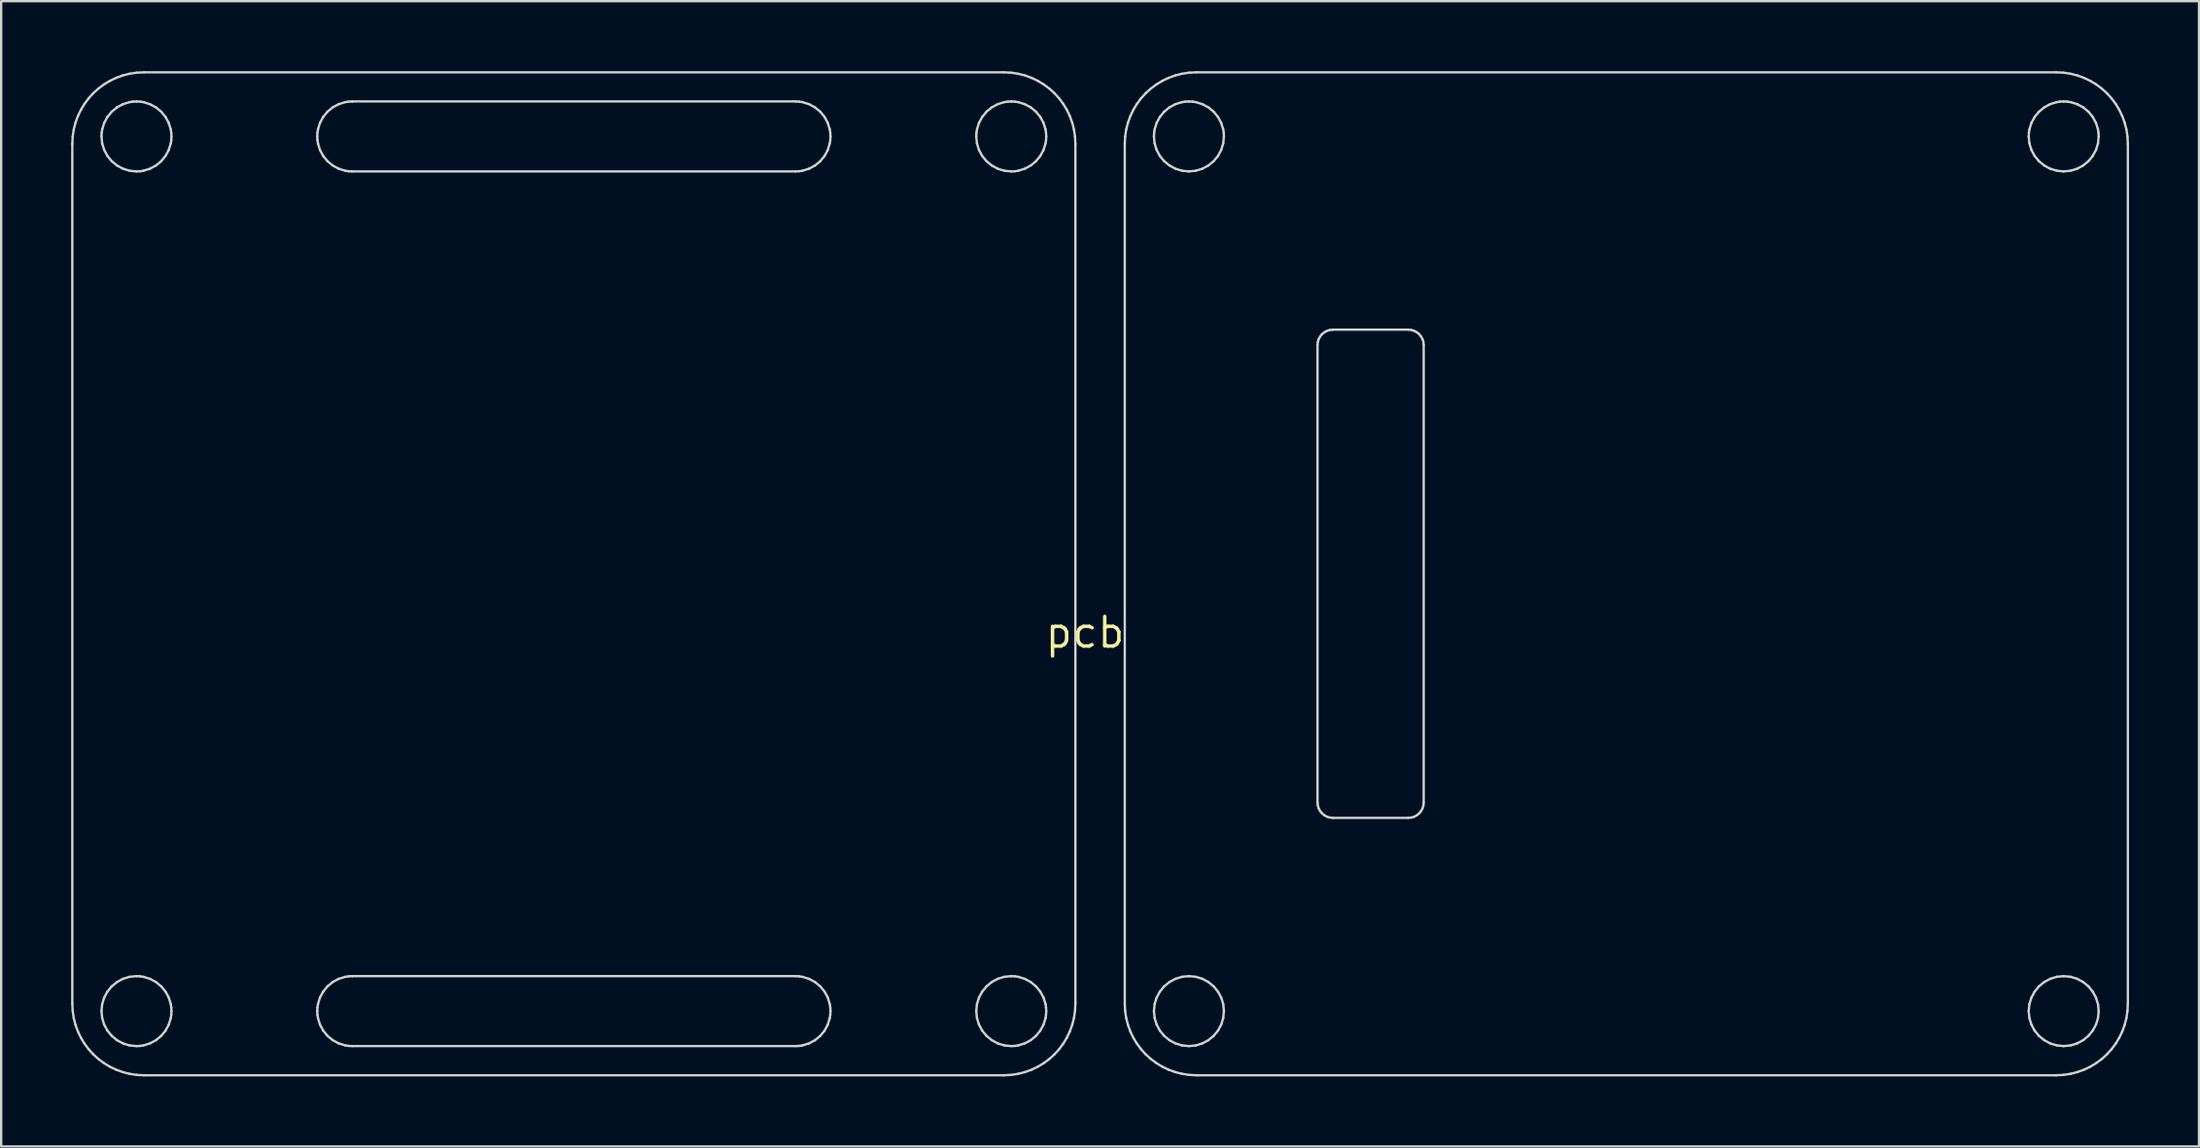
<source format=kicad_pcb>
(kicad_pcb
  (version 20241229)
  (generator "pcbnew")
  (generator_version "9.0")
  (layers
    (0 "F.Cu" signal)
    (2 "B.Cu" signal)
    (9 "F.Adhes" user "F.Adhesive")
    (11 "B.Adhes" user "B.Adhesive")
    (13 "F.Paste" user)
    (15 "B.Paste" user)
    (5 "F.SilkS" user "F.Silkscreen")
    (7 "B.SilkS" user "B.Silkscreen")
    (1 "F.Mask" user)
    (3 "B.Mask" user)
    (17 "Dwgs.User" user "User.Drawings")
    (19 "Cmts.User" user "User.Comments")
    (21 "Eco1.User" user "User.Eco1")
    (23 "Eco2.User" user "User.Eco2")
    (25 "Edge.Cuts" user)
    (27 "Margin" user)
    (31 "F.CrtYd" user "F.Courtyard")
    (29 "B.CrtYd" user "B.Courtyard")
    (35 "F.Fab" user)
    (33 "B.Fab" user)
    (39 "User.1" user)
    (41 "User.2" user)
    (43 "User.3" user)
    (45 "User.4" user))
  (footprint "pcb"
    (layer "F.Cu")
    (at 43.461 24.068)
    (property "Reference" "pcb" (at 0 0 0) (layer "F.SilkS") (effects (font (size 1.27 1.27) (thickness 0.15))))
    (attr through_hole)
    (fp_line (start -43.411 -20.947) (end -43.411 15.91) (stroke (width 0.1) (type solid)) (layer "Edge.Cuts"))
    (fp_line (start -43.411 15.91) (end -43.395 16.225) (stroke (width 0.1) (type solid)) (layer "Edge.Cuts"))
    (fp_line (start -43.395 -21.262) (end -43.411 -20.947) (stroke (width 0.1) (type solid)) (layer "Edge.Cuts"))
    (fp_line (start -43.395 16.225) (end -43.349 16.53) (stroke (width 0.1) (type solid)) (layer "Edge.Cuts"))
    (fp_line (start -43.349 -21.568) (end -43.395 -21.262) (stroke (width 0.1) (type solid)) (layer "Edge.Cuts"))
    (fp_line (start -43.349 16.53) (end -43.273 16.825) (stroke (width 0.1) (type solid)) (layer "Edge.Cuts"))
    (fp_line (start -43.273 -21.863) (end -43.349 -21.568) (stroke (width 0.1) (type solid)) (layer "Edge.Cuts"))
    (fp_line (start -43.273 16.825) (end -43.17 17.108) (stroke (width 0.1) (type solid)) (layer "Edge.Cuts"))
    (fp_line (start -43.17 -22.145) (end -43.273 -21.863) (stroke (width 0.1) (type solid)) (layer "Edge.Cuts"))
    (fp_line (start -43.17 17.108) (end -43.041 17.376) (stroke (width 0.1) (type solid)) (layer "Edge.Cuts"))
    (fp_line (start -43.041 -22.414) (end -43.17 -22.145) (stroke (width 0.1) (type solid)) (layer "Edge.Cuts"))
    (fp_line (start -43.041 17.376) (end -42.887 17.63) (stroke (width 0.1) (type solid)) (layer "Edge.Cuts"))
    (fp_line (start -42.887 -22.667) (end -43.041 -22.414) (stroke (width 0.1) (type solid)) (layer "Edge.Cuts"))
    (fp_line (start -42.887 17.63) (end -42.711 17.866) (stroke (width 0.1) (type solid)) (layer "Edge.Cuts"))
    (fp_line (start -42.711 -22.903) (end -42.887 -22.667) (stroke (width 0.1) (type solid)) (layer "Edge.Cuts"))
    (fp_line (start -42.711 17.866) (end -42.513 18.084) (stroke (width 0.1) (type solid)) (layer "Edge.Cuts"))
    (fp_line (start -42.513 -23.121) (end -42.711 -22.903) (stroke (width 0.1) (type solid)) (layer "Edge.Cuts"))
    (fp_line (start -42.513 18.084) (end -42.295 18.282) (stroke (width 0.1) (type solid)) (layer "Edge.Cuts"))
    (fp_line (start -42.295 -23.319) (end -42.513 -23.121) (stroke (width 0.1) (type solid)) (layer "Edge.Cuts"))
    (fp_line (start -42.295 18.282) (end -42.059 18.458) (stroke (width 0.1) (type solid)) (layer "Edge.Cuts"))
    (fp_line (start -42.161 -21.269) (end -42.153 -21.422) (stroke (width 0.1) (type solid)) (layer "Edge.Cuts"))
    (fp_line (start -42.161 16.231) (end -42.132 15.937) (stroke (width 0.1) (type solid)) (layer "Edge.Cuts"))
    (fp_line (start -42.153 -21.422) (end -42.13 -21.571) (stroke (width 0.1) (type solid)) (layer "Edge.Cuts"))
    (fp_line (start -42.132 -20.975) (end -42.161 -21.269) (stroke (width 0.1) (type solid)) (layer "Edge.Cuts"))
    (fp_line (start -42.132 15.937) (end -42.047 15.657) (stroke (width 0.1) (type solid)) (layer "Edge.Cuts"))
    (fp_line (start -42.132 16.525) (end -42.161 16.231) (stroke (width 0.1) (type solid)) (layer "Edge.Cuts"))
    (fp_line (start -42.13 -21.571) (end -42.043 -21.853) (stroke (width 0.1) (type solid)) (layer "Edge.Cuts"))
    (fp_line (start -42.059 -23.495) (end -42.295 -23.319) (stroke (width 0.1) (type solid)) (layer "Edge.Cuts"))
    (fp_line (start -42.059 18.458) (end -41.805 18.612) (stroke (width 0.1) (type solid)) (layer "Edge.Cuts"))
    (fp_line (start -42.047 16.805) (end -42.132 16.525) (stroke (width 0.1) (type solid)) (layer "Edge.Cuts"))
    (fp_line (start -42.047 -20.695) (end -42.132 -20.975) (stroke (width 0.1) (type solid)) (layer "Edge.Cuts"))
    (fp_line (start -42.047 15.657) (end -41.909 15.399) (stroke (width 0.1) (type solid)) (layer "Edge.Cuts"))
    (fp_line (start -42.043 -21.853) (end -41.904 -22.107) (stroke (width 0.1) (type solid)) (layer "Edge.Cuts"))
    (fp_line (start -41.909 15.399) (end -41.721 15.17) (stroke (width 0.1) (type solid)) (layer "Edge.Cuts"))
    (fp_line (start -41.909 17.064) (end -42.047 16.805) (stroke (width 0.1) (type solid)) (layer "Edge.Cuts"))
    (fp_line (start -41.909 -20.436) (end -42.047 -20.695) (stroke (width 0.1) (type solid)) (layer "Edge.Cuts"))
    (fp_line (start -41.904 -22.107) (end -41.721 -22.329) (stroke (width 0.1) (type solid)) (layer "Edge.Cuts"))
    (fp_line (start -41.805 -23.649) (end -42.059 -23.495) (stroke (width 0.1) (type solid)) (layer "Edge.Cuts"))
    (fp_line (start -41.805 18.612) (end -41.537 18.741) (stroke (width 0.1) (type solid)) (layer "Edge.Cuts"))
    (fp_line (start -41.721 17.292) (end -41.909 17.064) (stroke (width 0.1) (type solid)) (layer "Edge.Cuts"))
    (fp_line (start -41.721 -20.208) (end -41.909 -20.436) (stroke (width 0.1) (type solid)) (layer "Edge.Cuts"))
    (fp_line (start -41.721 15.17) (end -41.493 14.983) (stroke (width 0.1) (type solid)) (layer "Edge.Cuts"))
    (fp_line (start -41.721 -22.329) (end -41.499 -22.512) (stroke (width 0.1) (type solid)) (layer "Edge.Cuts"))
    (fp_line (start -41.537 -23.778) (end -41.805 -23.649) (stroke (width 0.1) (type solid)) (layer "Edge.Cuts"))
    (fp_line (start -41.537 18.741) (end -41.254 18.844) (stroke (width 0.1) (type solid)) (layer "Edge.Cuts"))
    (fp_line (start -41.499 -22.512) (end -41.244 -22.651) (stroke (width 0.1) (type solid)) (layer "Edge.Cuts"))
    (fp_line (start -41.493 17.479) (end -41.721 17.292) (stroke (width 0.1) (type solid)) (layer "Edge.Cuts"))
    (fp_line (start -41.493 -20.021) (end -41.721 -20.208) (stroke (width 0.1) (type solid)) (layer "Edge.Cuts"))
    (fp_line (start -41.493 14.983) (end -41.235 14.845) (stroke (width 0.1) (type solid)) (layer "Edge.Cuts"))
    (fp_line (start -41.254 -23.881) (end -41.537 -23.778) (stroke (width 0.1) (type solid)) (layer "Edge.Cuts"))
    (fp_line (start -41.254 18.844) (end -40.96 18.919) (stroke (width 0.1) (type solid)) (layer "Edge.Cuts"))
    (fp_line (start -41.244 -22.651) (end -40.963 -22.738) (stroke (width 0.1) (type solid)) (layer "Edge.Cuts"))
    (fp_line (start -41.235 -19.883) (end -41.493 -20.021) (stroke (width 0.1) (type solid)) (layer "Edge.Cuts"))
    (fp_line (start -41.235 14.845) (end -40.955 14.76) (stroke (width 0.1) (type solid)) (layer "Edge.Cuts"))
    (fp_line (start -41.235 17.617) (end -41.493 17.479) (stroke (width 0.1) (type solid)) (layer "Edge.Cuts"))
    (fp_line (start -40.963 -22.738) (end -40.814 -22.761) (stroke (width 0.1) (type solid)) (layer "Edge.Cuts"))
    (fp_line (start -40.96 -23.956) (end -41.254 -23.881) (stroke (width 0.1) (type solid)) (layer "Edge.Cuts"))
    (fp_line (start -40.96 18.919) (end -40.654 18.966) (stroke (width 0.1) (type solid)) (layer "Edge.Cuts"))
    (fp_line (start -40.955 -19.798) (end -41.235 -19.883) (stroke (width 0.1) (type solid)) (layer "Edge.Cuts"))
    (fp_line (start -40.955 14.76) (end -40.66 14.731) (stroke (width 0.1) (type solid)) (layer "Edge.Cuts"))
    (fp_line (start -40.955 17.702) (end -41.235 17.617) (stroke (width 0.1) (type solid)) (layer "Edge.Cuts"))
    (fp_line (start -40.814 -22.761) (end -40.66 -22.768) (stroke (width 0.1) (type solid)) (layer "Edge.Cuts"))
    (fp_line (start -40.66 -22.768) (end -40.66 -22.768) (stroke (width 0.1) (type solid)) (layer "Edge.Cuts"))
    (fp_line (start -40.66 -22.768) (end -40.507 -22.761) (stroke (width 0.1) (type solid)) (layer "Edge.Cuts"))
    (fp_line (start -40.66 -19.769) (end -40.955 -19.798) (stroke (width 0.1) (type solid)) (layer "Edge.Cuts"))
    (fp_line (start -40.66 14.731) (end -40.66 14.731) (stroke (width 0.1) (type solid)) (layer "Edge.Cuts"))
    (fp_line (start -40.66 14.731) (end -40.507 14.739) (stroke (width 0.1) (type solid)) (layer "Edge.Cuts"))
    (fp_line (start -40.66 17.731) (end -40.955 17.702) (stroke (width 0.1) (type solid)) (layer "Edge.Cuts"))
    (fp_line (start -40.654 -24.003) (end -40.96 -23.956) (stroke (width 0.1) (type solid)) (layer "Edge.Cuts"))
    (fp_line (start -40.654 18.966) (end -40.339 18.982) (stroke (width 0.1) (type solid)) (layer "Edge.Cuts"))
    (fp_line (start -40.507 -22.761) (end -40.358 -22.738) (stroke (width 0.1) (type solid)) (layer "Edge.Cuts"))
    (fp_line (start -40.507 -19.776) (end -40.66 -19.769) (stroke (width 0.1) (type solid)) (layer "Edge.Cuts"))
    (fp_line (start -40.507 14.739) (end -40.358 14.762) (stroke (width 0.1) (type solid)) (layer "Edge.Cuts"))
    (fp_line (start -40.507 17.724) (end -40.66 17.731) (stroke (width 0.1) (type solid)) (layer "Edge.Cuts"))
    (fp_line (start -40.358 -22.738) (end -40.077 -22.65) (stroke (width 0.1) (type solid)) (layer "Edge.Cuts"))
    (fp_line (start -40.358 -19.799) (end -40.507 -19.776) (stroke (width 0.1) (type solid)) (layer "Edge.Cuts"))
    (fp_line (start -40.358 14.762) (end -40.077 14.849) (stroke (width 0.1) (type solid)) (layer "Edge.Cuts"))
    (fp_line (start -40.358 17.701) (end -40.507 17.724) (stroke (width 0.1) (type solid)) (layer "Edge.Cuts"))
    (fp_line (start -40.339 -24.018) (end -40.654 -24.003) (stroke (width 0.1) (type solid)) (layer "Edge.Cuts"))
    (fp_line (start -40.339 18.982) (end -3.482 18.982) (stroke (width 0.1) (type solid)) (layer "Edge.Cuts"))
    (fp_line (start -40.077 -22.65) (end -39.822 -22.512) (stroke (width 0.1) (type solid)) (layer "Edge.Cuts"))
    (fp_line (start -40.077 -19.887) (end -40.358 -19.799) (stroke (width 0.1) (type solid)) (layer "Edge.Cuts"))
    (fp_line (start -40.077 14.849) (end -39.822 14.987) (stroke (width 0.1) (type solid)) (layer "Edge.Cuts"))
    (fp_line (start -40.077 17.613) (end -40.358 17.701) (stroke (width 0.1) (type solid)) (layer "Edge.Cuts"))
    (fp_line (start -39.822 -22.512) (end -39.6 -22.329) (stroke (width 0.1) (type solid)) (layer "Edge.Cuts"))
    (fp_line (start -39.822 -20.025) (end -40.077 -19.887) (stroke (width 0.1) (type solid)) (layer "Edge.Cuts"))
    (fp_line (start -39.822 14.987) (end -39.6 15.171) (stroke (width 0.1) (type solid)) (layer "Edge.Cuts"))
    (fp_line (start -39.822 17.475) (end -40.077 17.613) (stroke (width 0.1) (type solid)) (layer "Edge.Cuts"))
    (fp_line (start -39.6 -22.329) (end -39.417 -22.107) (stroke (width 0.1) (type solid)) (layer "Edge.Cuts"))
    (fp_line (start -39.6 -20.208) (end -39.822 -20.025) (stroke (width 0.1) (type solid)) (layer "Edge.Cuts"))
    (fp_line (start -39.6 15.171) (end -39.417 15.393) (stroke (width 0.1) (type solid)) (layer "Edge.Cuts"))
    (fp_line (start -39.6 17.292) (end -39.822 17.475) (stroke (width 0.1) (type solid)) (layer "Edge.Cuts"))
    (fp_line (start -39.417 -22.107) (end -39.279 -21.852) (stroke (width 0.1) (type solid)) (layer "Edge.Cuts"))
    (fp_line (start -39.417 -20.43) (end -39.6 -20.208) (stroke (width 0.1) (type solid)) (layer "Edge.Cuts"))
    (fp_line (start -39.417 15.393) (end -39.279 15.647) (stroke (width 0.1) (type solid)) (layer "Edge.Cuts"))
    (fp_line (start -39.417 17.07) (end -39.6 17.292) (stroke (width 0.1) (type solid)) (layer "Edge.Cuts"))
    (fp_line (start -39.279 -21.852) (end -39.191 -21.571) (stroke (width 0.1) (type solid)) (layer "Edge.Cuts"))
    (fp_line (start -39.279 -20.685) (end -39.417 -20.43) (stroke (width 0.1) (type solid)) (layer "Edge.Cuts"))
    (fp_line (start -39.279 15.647) (end -39.191 15.929) (stroke (width 0.1) (type solid)) (layer "Edge.Cuts"))
    (fp_line (start -39.279 16.815) (end -39.417 17.07) (stroke (width 0.1) (type solid)) (layer "Edge.Cuts"))
    (fp_line (start -39.191 -21.571) (end -39.169 -21.422) (stroke (width 0.1) (type solid)) (layer "Edge.Cuts"))
    (fp_line (start -39.191 -20.966) (end -39.279 -20.685) (stroke (width 0.1) (type solid)) (layer "Edge.Cuts"))
    (fp_line (start -39.191 15.929) (end -39.169 16.078) (stroke (width 0.1) (type solid)) (layer "Edge.Cuts"))
    (fp_line (start -39.191 16.534) (end -39.279 16.815) (stroke (width 0.1) (type solid)) (layer "Edge.Cuts"))
    (fp_line (start -39.169 -21.422) (end -39.161 -21.269) (stroke (width 0.1) (type solid)) (layer "Edge.Cuts"))
    (fp_line (start -39.169 -21.115) (end -39.191 -20.966) (stroke (width 0.1) (type solid)) (layer "Edge.Cuts"))
    (fp_line (start -39.169 16.078) (end -39.161 16.231) (stroke (width 0.1) (type solid)) (layer "Edge.Cuts"))
    (fp_line (start -39.169 16.385) (end -39.191 16.534) (stroke (width 0.1) (type solid)) (layer "Edge.Cuts"))
    (fp_line (start -39.161 -21.269) (end -39.169 -21.115) (stroke (width 0.1) (type solid)) (layer "Edge.Cuts"))
    (fp_line (start -39.161 16.231) (end -39.169 16.385) (stroke (width 0.1) (type solid)) (layer "Edge.Cuts"))
    (fp_line (start -32.911 -21.269) (end -32.903 -21.423) (stroke (width 0.1) (type solid)) (layer "Edge.Cuts"))
    (fp_line (start -32.911 16.231) (end -32.903 16.078) (stroke (width 0.1) (type solid)) (layer "Edge.Cuts"))
    (fp_line (start -32.903 -21.423) (end -32.88 -21.572) (stroke (width 0.1) (type solid)) (layer "Edge.Cuts"))
    (fp_line (start -32.903 -21.115) (end -32.911 -21.269) (stroke (width 0.1) (type solid)) (layer "Edge.Cuts"))
    (fp_line (start -32.903 16.078) (end -32.88 15.928) (stroke (width 0.1) (type solid)) (layer "Edge.Cuts"))
    (fp_line (start -32.903 16.385) (end -32.911 16.231) (stroke (width 0.1) (type solid)) (layer "Edge.Cuts"))
    (fp_line (start -32.88 -21.572) (end -32.793 -21.854) (stroke (width 0.1) (type solid)) (layer "Edge.Cuts"))
    (fp_line (start -32.88 -20.966) (end -32.903 -21.115) (stroke (width 0.1) (type solid)) (layer "Edge.Cuts"))
    (fp_line (start -32.88 15.928) (end -32.793 15.646) (stroke (width 0.1) (type solid)) (layer "Edge.Cuts"))
    (fp_line (start -32.88 16.534) (end -32.903 16.385) (stroke (width 0.1) (type solid)) (layer "Edge.Cuts"))
    (fp_line (start -32.793 -21.854) (end -32.655 -22.109) (stroke (width 0.1) (type solid)) (layer "Edge.Cuts"))
    (fp_line (start -32.793 -20.684) (end -32.88 -20.966) (stroke (width 0.1) (type solid)) (layer "Edge.Cuts"))
    (fp_line (start -32.793 15.646) (end -32.655 15.391) (stroke (width 0.1) (type solid)) (layer "Edge.Cuts"))
    (fp_line (start -32.793 16.816) (end -32.88 16.534) (stroke (width 0.1) (type solid)) (layer "Edge.Cuts"))
    (fp_line (start -32.655 -22.109) (end -32.472 -22.33) (stroke (width 0.1) (type solid)) (layer "Edge.Cuts"))
    (fp_line (start -32.655 -20.429) (end -32.793 -20.684) (stroke (width 0.1) (type solid)) (layer "Edge.Cuts"))
    (fp_line (start -32.655 15.391) (end -32.472 15.17) (stroke (width 0.1) (type solid)) (layer "Edge.Cuts"))
    (fp_line (start -32.655 17.071) (end -32.793 16.816) (stroke (width 0.1) (type solid)) (layer "Edge.Cuts"))
    (fp_line (start -32.472 -22.33) (end -32.25 -22.513) (stroke (width 0.1) (type solid)) (layer "Edge.Cuts"))
    (fp_line (start -32.472 -20.207) (end -32.655 -20.429) (stroke (width 0.1) (type solid)) (layer "Edge.Cuts"))
    (fp_line (start -32.472 15.17) (end -32.25 14.987) (stroke (width 0.1) (type solid)) (layer "Edge.Cuts"))
    (fp_line (start -32.472 17.293) (end -32.655 17.071) (stroke (width 0.1) (type solid)) (layer "Edge.Cuts"))
    (fp_line (start -32.25 -22.513) (end -31.995 -22.651) (stroke (width 0.1) (type solid)) (layer "Edge.Cuts"))
    (fp_line (start -32.25 -20.024) (end -32.472 -20.207) (stroke (width 0.1) (type solid)) (layer "Edge.Cuts"))
    (fp_line (start -32.25 14.987) (end -31.995 14.849) (stroke (width 0.1) (type solid)) (layer "Edge.Cuts"))
    (fp_line (start -32.25 17.476) (end -32.472 17.293) (stroke (width 0.1) (type solid)) (layer "Edge.Cuts"))
    (fp_line (start -31.995 -22.651) (end -31.713 -22.739) (stroke (width 0.1) (type solid)) (layer "Edge.Cuts"))
    (fp_line (start -31.995 -19.886) (end -32.25 -20.024) (stroke (width 0.1) (type solid)) (layer "Edge.Cuts"))
    (fp_line (start -31.995 14.849) (end -31.713 14.762) (stroke (width 0.1) (type solid)) (layer "Edge.Cuts"))
    (fp_line (start -31.995 17.614) (end -32.25 17.476) (stroke (width 0.1) (type solid)) (layer "Edge.Cuts"))
    (fp_line (start -31.713 -22.739) (end -31.564 -22.761) (stroke (width 0.1) (type solid)) (layer "Edge.Cuts"))
    (fp_line (start -31.713 -19.799) (end -31.995 -19.886) (stroke (width 0.1) (type solid)) (layer "Edge.Cuts"))
    (fp_line (start -31.713 14.762) (end -31.564 14.739) (stroke (width 0.1) (type solid)) (layer "Edge.Cuts"))
    (fp_line (start -31.713 17.701) (end -31.995 17.614) (stroke (width 0.1) (type solid)) (layer "Edge.Cuts"))
    (fp_line (start -31.564 -22.761) (end -31.41 -22.769) (stroke (width 0.1) (type solid)) (layer "Edge.Cuts"))
    (fp_line (start -31.564 -19.776) (end -31.713 -19.799) (stroke (width 0.1) (type solid)) (layer "Edge.Cuts"))
    (fp_line (start -31.564 14.739) (end -31.41 14.731) (stroke (width 0.1) (type solid)) (layer "Edge.Cuts"))
    (fp_line (start -31.564 17.724) (end -31.713 17.701) (stroke (width 0.1) (type solid)) (layer "Edge.Cuts"))
    (fp_line (start -31.41 -22.769) (end -31.41 -22.769) (stroke (width 0.1) (type solid)) (layer "Edge.Cuts"))
    (fp_line (start -31.41 -22.769) (end -12.411 -22.769) (stroke (width 0.1) (type solid)) (layer "Edge.Cuts"))
    (fp_line (start -31.41 -19.769) (end -31.564 -19.776) (stroke (width 0.1) (type solid)) (layer "Edge.Cuts"))
    (fp_line (start -31.41 14.731) (end -31.41 14.731) (stroke (width 0.1) (type solid)) (layer "Edge.Cuts"))
    (fp_line (start -31.41 14.731) (end -12.411 14.731) (stroke (width 0.1) (type solid)) (layer "Edge.Cuts"))
    (fp_line (start -31.41 17.731) (end -31.564 17.724) (stroke (width 0.1) (type solid)) (layer "Edge.Cuts"))
    (fp_line (start -12.411 -22.769) (end -12.257 -22.761) (stroke (width 0.1) (type solid)) (layer "Edge.Cuts"))
    (fp_line (start -12.411 -19.769) (end -31.41 -19.769) (stroke (width 0.1) (type solid)) (layer "Edge.Cuts"))
    (fp_line (start -12.411 14.731) (end -12.257 14.739) (stroke (width 0.1) (type solid)) (layer "Edge.Cuts"))
    (fp_line (start -12.411 17.731) (end -31.41 17.731) (stroke (width 0.1) (type solid)) (layer "Edge.Cuts"))
    (fp_line (start -12.257 -19.776) (end -12.411 -19.769) (stroke (width 0.1) (type solid)) (layer "Edge.Cuts"))
    (fp_line (start -12.257 17.724) (end -12.411 17.731) (stroke (width 0.1) (type solid)) (layer "Edge.Cuts"))
    (fp_line (start -12.257 -22.761) (end -12.107 -22.739) (stroke (width 0.1) (type solid)) (layer "Edge.Cuts"))
    (fp_line (start -12.257 14.739) (end -12.107 14.762) (stroke (width 0.1) (type solid)) (layer "Edge.Cuts"))
    (fp_line (start -12.107 -19.799) (end -12.257 -19.776) (stroke (width 0.1) (type solid)) (layer "Edge.Cuts"))
    (fp_line (start -12.107 17.701) (end -12.257 17.724) (stroke (width 0.1) (type solid)) (layer "Edge.Cuts"))
    (fp_line (start -12.107 -22.739) (end -11.826 -22.651) (stroke (width 0.1) (type solid)) (layer "Edge.Cuts"))
    (fp_line (start -12.107 14.762) (end -11.826 14.849) (stroke (width 0.1) (type solid)) (layer "Edge.Cuts"))
    (fp_line (start -11.826 -19.886) (end -12.107 -19.799) (stroke (width 0.1) (type solid)) (layer "Edge.Cuts"))
    (fp_line (start -11.826 17.614) (end -12.107 17.701) (stroke (width 0.1) (type solid)) (layer "Edge.Cuts"))
    (fp_line (start -11.826 -22.651) (end -11.571 -22.513) (stroke (width 0.1) (type solid)) (layer "Edge.Cuts"))
    (fp_line (start -11.826 14.849) (end -11.571 14.987) (stroke (width 0.1) (type solid)) (layer "Edge.Cuts"))
    (fp_line (start -11.571 -20.024) (end -11.826 -19.886) (stroke (width 0.1) (type solid)) (layer "Edge.Cuts"))
    (fp_line (start -11.571 17.476) (end -11.826 17.614) (stroke (width 0.1) (type solid)) (layer "Edge.Cuts"))
    (fp_line (start -11.571 -22.513) (end -11.349 -22.33) (stroke (width 0.1) (type solid)) (layer "Edge.Cuts"))
    (fp_line (start -11.571 14.987) (end -11.349 15.17) (stroke (width 0.1) (type solid)) (layer "Edge.Cuts"))
    (fp_line (start -11.349 -20.207) (end -11.571 -20.024) (stroke (width 0.1) (type solid)) (layer "Edge.Cuts"))
    (fp_line (start -11.349 17.293) (end -11.571 17.476) (stroke (width 0.1) (type solid)) (layer "Edge.Cuts"))
    (fp_line (start -11.349 -22.33) (end -11.166 -22.109) (stroke (width 0.1) (type solid)) (layer "Edge.Cuts"))
    (fp_line (start -11.349 15.17) (end -11.166 15.391) (stroke (width 0.1) (type solid)) (layer "Edge.Cuts"))
    (fp_line (start -11.166 -20.429) (end -11.349 -20.207) (stroke (width 0.1) (type solid)) (layer "Edge.Cuts"))
    (fp_line (start -11.166 17.071) (end -11.349 17.293) (stroke (width 0.1) (type solid)) (layer "Edge.Cuts"))
    (fp_line (start -11.166 -22.109) (end -11.028 -21.854) (stroke (width 0.1) (type solid)) (layer "Edge.Cuts"))
    (fp_line (start -11.166 15.391) (end -11.028 15.646) (stroke (width 0.1) (type solid)) (layer "Edge.Cuts"))
    (fp_line (start -11.028 -20.684) (end -11.166 -20.429) (stroke (width 0.1) (type solid)) (layer "Edge.Cuts"))
    (fp_line (start -11.028 16.816) (end -11.166 17.071) (stroke (width 0.1) (type solid)) (layer "Edge.Cuts"))
    (fp_line (start -11.028 -21.854) (end -10.941 -21.572) (stroke (width 0.1) (type solid)) (layer "Edge.Cuts"))
    (fp_line (start -11.028 15.646) (end -10.941 15.928) (stroke (width 0.1) (type solid)) (layer "Edge.Cuts"))
    (fp_line (start -10.941 -21.572) (end -10.918 -21.423) (stroke (width 0.1) (type solid)) (layer "Edge.Cuts"))
    (fp_line (start -10.941 -20.966) (end -11.028 -20.684) (stroke (width 0.1) (type solid)) (layer "Edge.Cuts"))
    (fp_line (start -10.941 15.928) (end -10.918 16.078) (stroke (width 0.1) (type solid)) (layer "Edge.Cuts"))
    (fp_line (start -10.941 16.534) (end -11.028 16.816) (stroke (width 0.1) (type solid)) (layer "Edge.Cuts"))
    (fp_line (start -10.918 -21.423) (end -10.91 -21.269) (stroke (width 0.1) (type solid)) (layer "Edge.Cuts"))
    (fp_line (start -10.918 -21.115) (end -10.941 -20.966) (stroke (width 0.1) (type solid)) (layer "Edge.Cuts"))
    (fp_line (start -10.918 16.078) (end -10.91 16.231) (stroke (width 0.1) (type solid)) (layer "Edge.Cuts"))
    (fp_line (start -10.918 16.385) (end -10.941 16.534) (stroke (width 0.1) (type solid)) (layer "Edge.Cuts"))
    (fp_line (start -10.91 -21.269) (end -10.918 -21.115) (stroke (width 0.1) (type solid)) (layer "Edge.Cuts"))
    (fp_line (start -10.91 16.231) (end -10.918 16.385) (stroke (width 0.1) (type solid)) (layer "Edge.Cuts"))
    (fp_line (start -4.661 -21.269) (end -4.653 -21.422) (stroke (width 0.1) (type solid)) (layer "Edge.Cuts"))
    (fp_line (start -4.661 16.231) (end -4.632 15.937) (stroke (width 0.1) (type solid)) (layer "Edge.Cuts"))
    (fp_line (start -4.653 -21.422) (end -4.63 -21.571) (stroke (width 0.1) (type solid)) (layer "Edge.Cuts"))
    (fp_line (start -4.632 -20.975) (end -4.661 -21.269) (stroke (width 0.1) (type solid)) (layer "Edge.Cuts"))
    (fp_line (start -4.632 15.937) (end -4.546 15.657) (stroke (width 0.1) (type solid)) (layer "Edge.Cuts"))
    (fp_line (start -4.632 16.525) (end -4.661 16.231) (stroke (width 0.1) (type solid)) (layer "Edge.Cuts"))
    (fp_line (start -4.63 -21.571) (end -4.543 -21.853) (stroke (width 0.1) (type solid)) (layer "Edge.Cuts"))
    (fp_line (start -4.546 15.657) (end -4.409 15.399) (stroke (width 0.1) (type solid)) (layer "Edge.Cuts"))
    (fp_line (start -4.546 16.805) (end -4.632 16.525) (stroke (width 0.1) (type solid)) (layer "Edge.Cuts"))
    (fp_line (start -4.546 -20.695) (end -4.632 -20.975) (stroke (width 0.1) (type solid)) (layer "Edge.Cuts"))
    (fp_line (start -4.543 -21.853) (end -4.404 -22.107) (stroke (width 0.1) (type solid)) (layer "Edge.Cuts"))
    (fp_line (start -4.409 15.399) (end -4.221 15.17) (stroke (width 0.1) (type solid)) (layer "Edge.Cuts"))
    (fp_line (start -4.409 17.064) (end -4.546 16.805) (stroke (width 0.1) (type solid)) (layer "Edge.Cuts"))
    (fp_line (start -4.409 -20.436) (end -4.546 -20.695) (stroke (width 0.1) (type solid)) (layer "Edge.Cuts"))
    (fp_line (start -4.404 -22.107) (end -4.221 -22.329) (stroke (width 0.1) (type solid)) (layer "Edge.Cuts"))
    (fp_line (start -4.221 17.292) (end -4.409 17.064) (stroke (width 0.1) (type solid)) (layer "Edge.Cuts"))
    (fp_line (start -4.221 -20.208) (end -4.409 -20.436) (stroke (width 0.1) (type solid)) (layer "Edge.Cuts"))
    (fp_line (start -4.221 15.17) (end -3.993 14.983) (stroke (width 0.1) (type solid)) (layer "Edge.Cuts"))
    (fp_line (start -4.221 -22.329) (end -3.999 -22.512) (stroke (width 0.1) (type solid)) (layer "Edge.Cuts"))
    (fp_line (start -3.999 -22.512) (end -3.744 -22.651) (stroke (width 0.1) (type solid)) (layer "Edge.Cuts"))
    (fp_line (start -3.993 17.479) (end -4.221 17.292) (stroke (width 0.1) (type solid)) (layer "Edge.Cuts"))
    (fp_line (start -3.993 -20.021) (end -4.221 -20.208) (stroke (width 0.1) (type solid)) (layer "Edge.Cuts"))
    (fp_line (start -3.993 14.983) (end -3.735 14.845) (stroke (width 0.1) (type solid)) (layer "Edge.Cuts"))
    (fp_line (start -3.744 -22.651) (end -3.463 -22.738) (stroke (width 0.1) (type solid)) (layer "Edge.Cuts"))
    (fp_line (start -3.735 17.617) (end -3.993 17.479) (stroke (width 0.1) (type solid)) (layer "Edge.Cuts"))
    (fp_line (start -3.735 -19.883) (end -3.993 -20.021) (stroke (width 0.1) (type solid)) (layer "Edge.Cuts"))
    (fp_line (start -3.735 14.845) (end -3.455 14.76) (stroke (width 0.1) (type solid)) (layer "Edge.Cuts"))
    (fp_line (start -3.482 -24.018) (end -40.339 -24.018) (stroke (width 0.1) (type solid)) (layer "Edge.Cuts"))
    (fp_line (start -3.482 18.982) (end -3.167 18.966) (stroke (width 0.1) (type solid)) (layer "Edge.Cuts"))
    (fp_line (start -3.463 -22.738) (end -3.314 -22.761) (stroke (width 0.1) (type solid)) (layer "Edge.Cuts"))
    (fp_line (start -3.455 17.702) (end -3.735 17.617) (stroke (width 0.1) (type solid)) (layer "Edge.Cuts"))
    (fp_line (start -3.455 -19.798) (end -3.735 -19.883) (stroke (width 0.1) (type solid)) (layer "Edge.Cuts"))
    (fp_line (start -3.455 14.76) (end -3.16 14.731) (stroke (width 0.1) (type solid)) (layer "Edge.Cuts"))
    (fp_line (start -3.314 -22.761) (end -3.16 -22.768) (stroke (width 0.1) (type solid)) (layer "Edge.Cuts"))
    (fp_line (start -3.167 -24.003) (end -3.482 -24.018) (stroke (width 0.1) (type solid)) (layer "Edge.Cuts"))
    (fp_line (start -3.167 18.966) (end -2.861 18.919) (stroke (width 0.1) (type solid)) (layer "Edge.Cuts"))
    (fp_line (start -3.16 -22.768) (end -3.16 -22.768) (stroke (width 0.1) (type solid)) (layer "Edge.Cuts"))
    (fp_line (start -3.16 -22.768) (end -3.007 -22.761) (stroke (width 0.1) (type solid)) (layer "Edge.Cuts"))
    (fp_line (start -3.16 -19.769) (end -3.455 -19.798) (stroke (width 0.1) (type solid)) (layer "Edge.Cuts"))
    (fp_line (start -3.16 14.731) (end -3.16 14.731) (stroke (width 0.1) (type solid)) (layer "Edge.Cuts"))
    (fp_line (start -3.16 14.731) (end -3.007 14.739) (stroke (width 0.1) (type solid)) (layer "Edge.Cuts"))
    (fp_line (start -3.16 17.731) (end -3.455 17.702) (stroke (width 0.1) (type solid)) (layer "Edge.Cuts"))
    (fp_line (start -3.007 -22.761) (end -2.858 -22.738) (stroke (width 0.1) (type solid)) (layer "Edge.Cuts"))
    (fp_line (start -3.007 -19.776) (end -3.16 -19.769) (stroke (width 0.1) (type solid)) (layer "Edge.Cuts"))
    (fp_line (start -3.007 14.739) (end -2.858 14.762) (stroke (width 0.1) (type solid)) (layer "Edge.Cuts"))
    (fp_line (start -3.007 17.724) (end -3.16 17.731) (stroke (width 0.1) (type solid)) (layer "Edge.Cuts"))
    (fp_line (start -2.861 -23.956) (end -3.167 -24.003) (stroke (width 0.1) (type solid)) (layer "Edge.Cuts"))
    (fp_line (start -2.861 18.919) (end -2.567 18.844) (stroke (width 0.1) (type solid)) (layer "Edge.Cuts"))
    (fp_line (start -2.858 -22.738) (end -2.577 -22.65) (stroke (width 0.1) (type solid)) (layer "Edge.Cuts"))
    (fp_line (start -2.858 -19.799) (end -3.007 -19.776) (stroke (width 0.1) (type solid)) (layer "Edge.Cuts"))
    (fp_line (start -2.858 14.762) (end -2.577 14.849) (stroke (width 0.1) (type solid)) (layer "Edge.Cuts"))
    (fp_line (start -2.858 17.701) (end -3.007 17.724) (stroke (width 0.1) (type solid)) (layer "Edge.Cuts"))
    (fp_line (start -2.577 -22.65) (end -2.322 -22.512) (stroke (width 0.1) (type solid)) (layer "Edge.Cuts"))
    (fp_line (start -2.577 -19.887) (end -2.858 -19.799) (stroke (width 0.1) (type solid)) (layer "Edge.Cuts"))
    (fp_line (start -2.577 14.849) (end -2.322 14.987) (stroke (width 0.1) (type solid)) (layer "Edge.Cuts"))
    (fp_line (start -2.577 17.613) (end -2.858 17.701) (stroke (width 0.1) (type solid)) (layer "Edge.Cuts"))
    (fp_line (start -2.567 -23.881) (end -2.861 -23.956) (stroke (width 0.1) (type solid)) (layer "Edge.Cuts"))
    (fp_line (start -2.567 18.844) (end -2.284 18.741) (stroke (width 0.1) (type solid)) (layer "Edge.Cuts"))
    (fp_line (start -2.322 -22.512) (end -2.1 -22.329) (stroke (width 0.1) (type solid)) (layer "Edge.Cuts"))
    (fp_line (start -2.322 -20.025) (end -2.577 -19.887) (stroke (width 0.1) (type solid)) (layer "Edge.Cuts"))
    (fp_line (start -2.322 14.987) (end -2.1 15.171) (stroke (width 0.1) (type solid)) (layer "Edge.Cuts"))
    (fp_line (start -2.322 17.475) (end -2.577 17.613) (stroke (width 0.1) (type solid)) (layer "Edge.Cuts"))
    (fp_line (start -2.284 -23.778) (end -2.567 -23.881) (stroke (width 0.1) (type solid)) (layer "Edge.Cuts"))
    (fp_line (start -2.284 18.741) (end -2.016 18.612) (stroke (width 0.1) (type solid)) (layer "Edge.Cuts"))
    (fp_line (start -2.1 -22.329) (end -1.917 -22.107) (stroke (width 0.1) (type solid)) (layer "Edge.Cuts"))
    (fp_line (start -2.1 -20.208) (end -2.322 -20.025) (stroke (width 0.1) (type solid)) (layer "Edge.Cuts"))
    (fp_line (start -2.1 15.171) (end -1.917 15.393) (stroke (width 0.1) (type solid)) (layer "Edge.Cuts"))
    (fp_line (start -2.1 17.292) (end -2.322 17.475) (stroke (width 0.1) (type solid)) (layer "Edge.Cuts"))
    (fp_line (start -2.016 -23.649) (end -2.284 -23.778) (stroke (width 0.1) (type solid)) (layer "Edge.Cuts"))
    (fp_line (start -2.016 18.612) (end -1.762 18.458) (stroke (width 0.1) (type solid)) (layer "Edge.Cuts"))
    (fp_line (start -1.917 -22.107) (end -1.779 -21.852) (stroke (width 0.1) (type solid)) (layer "Edge.Cuts"))
    (fp_line (start -1.917 -20.43) (end -2.1 -20.208) (stroke (width 0.1) (type solid)) (layer "Edge.Cuts"))
    (fp_line (start -1.917 15.393) (end -1.779 15.647) (stroke (width 0.1) (type solid)) (layer "Edge.Cuts"))
    (fp_line (start -1.917 17.07) (end -2.1 17.292) (stroke (width 0.1) (type solid)) (layer "Edge.Cuts"))
    (fp_line (start -1.779 -21.852) (end -1.691 -21.571) (stroke (width 0.1) (type solid)) (layer "Edge.Cuts"))
    (fp_line (start -1.779 -20.685) (end -1.917 -20.43) (stroke (width 0.1) (type solid)) (layer "Edge.Cuts"))
    (fp_line (start -1.779 15.647) (end -1.691 15.929) (stroke (width 0.1) (type solid)) (layer "Edge.Cuts"))
    (fp_line (start -1.779 16.815) (end -1.917 17.07) (stroke (width 0.1) (type solid)) (layer "Edge.Cuts"))
    (fp_line (start -1.762 -23.495) (end -2.016 -23.649) (stroke (width 0.1) (type solid)) (layer "Edge.Cuts"))
    (fp_line (start -1.762 18.458) (end -1.526 18.282) (stroke (width 0.1) (type solid)) (layer "Edge.Cuts"))
    (fp_line (start -1.691 -21.571) (end -1.669 -21.422) (stroke (width 0.1) (type solid)) (layer "Edge.Cuts"))
    (fp_line (start -1.691 -20.966) (end -1.779 -20.685) (stroke (width 0.1) (type solid)) (layer "Edge.Cuts"))
    (fp_line (start -1.691 15.929) (end -1.669 16.078) (stroke (width 0.1) (type solid)) (layer "Edge.Cuts"))
    (fp_line (start -1.691 16.534) (end -1.779 16.815) (stroke (width 0.1) (type solid)) (layer "Edge.Cuts"))
    (fp_line (start -1.669 -21.422) (end -1.661 -21.269) (stroke (width 0.1) (type solid)) (layer "Edge.Cuts"))
    (fp_line (start -1.669 -21.115) (end -1.691 -20.966) (stroke (width 0.1) (type solid)) (layer "Edge.Cuts"))
    (fp_line (start -1.669 16.078) (end -1.661 16.231) (stroke (width 0.1) (type solid)) (layer "Edge.Cuts"))
    (fp_line (start -1.669 16.385) (end -1.691 16.534) (stroke (width 0.1) (type solid)) (layer "Edge.Cuts"))
    (fp_line (start -1.661 -21.269) (end -1.669 -21.115) (stroke (width 0.1) (type solid)) (layer "Edge.Cuts"))
    (fp_line (start -1.661 16.231) (end -1.669 16.385) (stroke (width 0.1) (type solid)) (layer "Edge.Cuts"))
    (fp_line (start -1.526 -23.319) (end -1.762 -23.495) (stroke (width 0.1) (type solid)) (layer "Edge.Cuts"))
    (fp_line (start -1.526 18.282) (end -1.308 18.084) (stroke (width 0.1) (type solid)) (layer "Edge.Cuts"))
    (fp_line (start -1.308 -23.121) (end -1.526 -23.319) (stroke (width 0.1) (type solid)) (layer "Edge.Cuts"))
    (fp_line (start -1.308 18.084) (end -1.11 17.866) (stroke (width 0.1) (type solid)) (layer "Edge.Cuts"))
    (fp_line (start -1.11 -22.903) (end -1.308 -23.121) (stroke (width 0.1) (type solid)) (layer "Edge.Cuts"))
    (fp_line (start -1.11 17.866) (end -0.934 17.63) (stroke (width 0.1) (type solid)) (layer "Edge.Cuts"))
    (fp_line (start -0.934 -22.667) (end -1.11 -22.903) (stroke (width 0.1) (type solid)) (layer "Edge.Cuts"))
    (fp_line (start -0.934 17.63) (end -0.78 17.376) (stroke (width 0.1) (type solid)) (layer "Edge.Cuts"))
    (fp_line (start -0.78 -22.414) (end -0.934 -22.667) (stroke (width 0.1) (type solid)) (layer "Edge.Cuts"))
    (fp_line (start -0.78 17.376) (end -0.651 17.108) (stroke (width 0.1) (type solid)) (layer "Edge.Cuts"))
    (fp_line (start -0.651 -22.145) (end -0.78 -22.414) (stroke (width 0.1) (type solid)) (layer "Edge.Cuts"))
    (fp_line (start -0.651 17.108) (end -0.548 16.825) (stroke (width 0.1) (type solid)) (layer "Edge.Cuts"))
    (fp_line (start -0.548 -21.863) (end -0.651 -22.145) (stroke (width 0.1) (type solid)) (layer "Edge.Cuts"))
    (fp_line (start -0.548 16.825) (end -0.473 16.53) (stroke (width 0.1) (type solid)) (layer "Edge.Cuts"))
    (fp_line (start -0.473 -21.568) (end -0.548 -21.863) (stroke (width 0.1) (type solid)) (layer "Edge.Cuts"))
    (fp_line (start -0.473 16.53) (end -0.427 16.225) (stroke (width 0.1) (type solid)) (layer "Edge.Cuts"))
    (fp_line (start -0.427 -21.262) (end -0.473 -21.568) (stroke (width 0.1) (type solid)) (layer "Edge.Cuts"))
    (fp_line (start -0.427 16.225) (end -0.411 15.91) (stroke (width 0.1) (type solid)) (layer "Edge.Cuts"))
    (fp_line (start -0.411 -20.947) (end -0.427 -21.262) (stroke (width 0.1) (type solid)) (layer "Edge.Cuts"))
    (fp_line (start -0.411 15.91) (end -0.411 -20.947) (stroke (width 0.1) (type solid)) (layer "Edge.Cuts"))
    (fp_line (start 1.706 -20.947) (end 1.706 15.91) (stroke (width 0.1) (type solid)) (layer "Edge.Cuts"))
    (fp_line (start 1.706 15.91) (end 1.722 16.225) (stroke (width 0.1) (type solid)) (layer "Edge.Cuts"))
    (fp_line (start 1.722 -21.262) (end 1.706 -20.947) (stroke (width 0.1) (type solid)) (layer "Edge.Cuts"))
    (fp_line (start 1.722 16.225) (end 1.768 16.53) (stroke (width 0.1) (type solid)) (layer "Edge.Cuts"))
    (fp_line (start 1.768 -21.568) (end 1.722 -21.262) (stroke (width 0.1) (type solid)) (layer "Edge.Cuts"))
    (fp_line (start 1.768 16.53) (end 1.844 16.825) (stroke (width 0.1) (type solid)) (layer "Edge.Cuts"))
    (fp_line (start 1.844 -21.863) (end 1.768 -21.568) (stroke (width 0.1) (type solid)) (layer "Edge.Cuts"))
    (fp_line (start 1.844 16.825) (end 1.947 17.108) (stroke (width 0.1) (type solid)) (layer "Edge.Cuts"))
    (fp_line (start 1.947 -22.145) (end 1.844 -21.863) (stroke (width 0.1) (type solid)) (layer "Edge.Cuts"))
    (fp_line (start 1.947 17.108) (end 2.076 17.376) (stroke (width 0.1) (type solid)) (layer "Edge.Cuts"))
    (fp_line (start 2.076 -22.414) (end 1.947 -22.145) (stroke (width 0.1) (type solid)) (layer "Edge.Cuts"))
    (fp_line (start 2.076 17.376) (end 2.229 17.63) (stroke (width 0.1) (type solid)) (layer "Edge.Cuts"))
    (fp_line (start 2.229 -22.667) (end 2.076 -22.414) (stroke (width 0.1) (type solid)) (layer "Edge.Cuts"))
    (fp_line (start 2.229 17.63) (end 2.406 17.866) (stroke (width 0.1) (type solid)) (layer "Edge.Cuts"))
    (fp_line (start 2.406 -22.903) (end 2.229 -22.667) (stroke (width 0.1) (type solid)) (layer "Edge.Cuts"))
    (fp_line (start 2.406 17.866) (end 2.604 18.084) (stroke (width 0.1) (type solid)) (layer "Edge.Cuts"))
    (fp_line (start 2.604 -23.121) (end 2.406 -22.903) (stroke (width 0.1) (type solid)) (layer "Edge.Cuts"))
    (fp_line (start 2.604 18.084) (end 2.822 18.282) (stroke (width 0.1) (type solid)) (layer "Edge.Cuts"))
    (fp_line (start 2.822 -23.319) (end 2.604 -23.121) (stroke (width 0.1) (type solid)) (layer "Edge.Cuts"))
    (fp_line (start 2.822 18.282) (end 3.058 18.458) (stroke (width 0.1) (type solid)) (layer "Edge.Cuts"))
    (fp_line (start 2.956 -21.269) (end 2.964 -21.422) (stroke (width 0.1) (type solid)) (layer "Edge.Cuts"))
    (fp_line (start 2.956 16.231) (end 2.985 15.937) (stroke (width 0.1) (type solid)) (layer "Edge.Cuts"))
    (fp_line (start 2.964 -21.422) (end 2.987 -21.571) (stroke (width 0.1) (type solid)) (layer "Edge.Cuts"))
    (fp_line (start 2.985 -20.975) (end 2.956 -21.269) (stroke (width 0.1) (type solid)) (layer "Edge.Cuts"))
    (fp_line (start 2.985 15.937) (end 3.07 15.657) (stroke (width 0.1) (type solid)) (layer "Edge.Cuts"))
    (fp_line (start 2.985 16.525) (end 2.956 16.231) (stroke (width 0.1) (type solid)) (layer "Edge.Cuts"))
    (fp_line (start 2.987 -21.571) (end 3.074 -21.853) (stroke (width 0.1) (type solid)) (layer "Edge.Cuts"))
    (fp_line (start 3.058 -23.495) (end 2.822 -23.319) (stroke (width 0.1) (type solid)) (layer "Edge.Cuts"))
    (fp_line (start 3.058 18.458) (end 3.311 18.612) (stroke (width 0.1) (type solid)) (layer "Edge.Cuts"))
    (fp_line (start 3.07 16.805) (end 2.985 16.525) (stroke (width 0.1) (type solid)) (layer "Edge.Cuts"))
    (fp_line (start 3.07 -20.695) (end 2.985 -20.975) (stroke (width 0.1) (type solid)) (layer "Edge.Cuts"))
    (fp_line (start 3.07 15.657) (end 3.208 15.399) (stroke (width 0.1) (type solid)) (layer "Edge.Cuts"))
    (fp_line (start 3.074 -21.853) (end 3.212 -22.107) (stroke (width 0.1) (type solid)) (layer "Edge.Cuts"))
    (fp_line (start 3.208 17.064) (end 3.07 16.805) (stroke (width 0.1) (type solid)) (layer "Edge.Cuts"))
    (fp_line (start 3.208 -20.436) (end 3.07 -20.695) (stroke (width 0.1) (type solid)) (layer "Edge.Cuts"))
    (fp_line (start 3.208 15.399) (end 3.395 15.17) (stroke (width 0.1) (type solid)) (layer "Edge.Cuts"))
    (fp_line (start 3.212 -22.107) (end 3.395 -22.329) (stroke (width 0.1) (type solid)) (layer "Edge.Cuts"))
    (fp_line (start 3.311 -23.649) (end 3.058 -23.495) (stroke (width 0.1) (type solid)) (layer "Edge.Cuts"))
    (fp_line (start 3.311 18.612) (end 3.58 18.741) (stroke (width 0.1) (type solid)) (layer "Edge.Cuts"))
    (fp_line (start 3.395 -20.208) (end 3.208 -20.436) (stroke (width 0.1) (type solid)) (layer "Edge.Cuts"))
    (fp_line (start 3.395 15.17) (end 3.624 14.983) (stroke (width 0.1) (type solid)) (layer "Edge.Cuts"))
    (fp_line (start 3.395 17.292) (end 3.208 17.064) (stroke (width 0.1) (type solid)) (layer "Edge.Cuts"))
    (fp_line (start 3.395 -22.329) (end 3.617 -22.512) (stroke (width 0.1) (type solid)) (layer "Edge.Cuts"))
    (fp_line (start 3.58 -23.778) (end 3.311 -23.649) (stroke (width 0.1) (type solid)) (layer "Edge.Cuts"))
    (fp_line (start 3.58 18.741) (end 3.862 18.844) (stroke (width 0.1) (type solid)) (layer "Edge.Cuts"))
    (fp_line (start 3.617 -22.512) (end 3.872 -22.651) (stroke (width 0.1) (type solid)) (layer "Edge.Cuts"))
    (fp_line (start 3.624 17.479) (end 3.395 17.292) (stroke (width 0.1) (type solid)) (layer "Edge.Cuts"))
    (fp_line (start 3.624 -20.021) (end 3.395 -20.208) (stroke (width 0.1) (type solid)) (layer "Edge.Cuts"))
    (fp_line (start 3.624 14.983) (end 3.882 14.845) (stroke (width 0.1) (type solid)) (layer "Edge.Cuts"))
    (fp_line (start 3.862 -23.881) (end 3.58 -23.778) (stroke (width 0.1) (type solid)) (layer "Edge.Cuts"))
    (fp_line (start 3.862 18.844) (end 4.157 18.919) (stroke (width 0.1) (type solid)) (layer "Edge.Cuts"))
    (fp_line (start 3.872 -22.651) (end 4.154 -22.738) (stroke (width 0.1) (type solid)) (layer "Edge.Cuts"))
    (fp_line (start 3.882 -19.883) (end 3.624 -20.021) (stroke (width 0.1) (type solid)) (layer "Edge.Cuts"))
    (fp_line (start 3.882 14.845) (end 4.162 14.76) (stroke (width 0.1) (type solid)) (layer "Edge.Cuts"))
    (fp_line (start 3.882 17.617) (end 3.624 17.479) (stroke (width 0.1) (type solid)) (layer "Edge.Cuts"))
    (fp_line (start 4.154 -22.738) (end 4.303 -22.761) (stroke (width 0.1) (type solid)) (layer "Edge.Cuts"))
    (fp_line (start 4.157 -23.956) (end 3.862 -23.881) (stroke (width 0.1) (type solid)) (layer "Edge.Cuts"))
    (fp_line (start 4.157 18.919) (end 4.463 18.966) (stroke (width 0.1) (type solid)) (layer "Edge.Cuts"))
    (fp_line (start 4.162 -19.798) (end 3.882 -19.883) (stroke (width 0.1) (type solid)) (layer "Edge.Cuts"))
    (fp_line (start 4.162 14.76) (end 4.456 14.731) (stroke (width 0.1) (type solid)) (layer "Edge.Cuts"))
    (fp_line (start 4.162 17.702) (end 3.882 17.617) (stroke (width 0.1) (type solid)) (layer "Edge.Cuts"))
    (fp_line (start 4.303 -22.761) (end 4.456 -22.768) (stroke (width 0.1) (type solid)) (layer "Edge.Cuts"))
    (fp_line (start 4.456 -22.768) (end 4.456 -22.768) (stroke (width 0.1) (type solid)) (layer "Edge.Cuts"))
    (fp_line (start 4.456 -22.768) (end 4.609 -22.761) (stroke (width 0.1) (type solid)) (layer "Edge.Cuts"))
    (fp_line (start 4.456 -19.769) (end 4.162 -19.798) (stroke (width 0.1) (type solid)) (layer "Edge.Cuts"))
    (fp_line (start 4.456 14.731) (end 4.456 14.731) (stroke (width 0.1) (type solid)) (layer "Edge.Cuts"))
    (fp_line (start 4.456 14.731) (end 4.75 14.76) (stroke (width 0.1) (type solid)) (layer "Edge.Cuts"))
    (fp_line (start 4.456 17.731) (end 4.162 17.702) (stroke (width 0.1) (type solid)) (layer "Edge.Cuts"))
    (fp_line (start 4.463 -24.003) (end 4.157 -23.956) (stroke (width 0.1) (type solid)) (layer "Edge.Cuts"))
    (fp_line (start 4.463 18.966) (end 4.778 18.982) (stroke (width 0.1) (type solid)) (layer "Edge.Cuts"))
    (fp_line (start 4.609 -22.761) (end 4.758 -22.738) (stroke (width 0.1) (type solid)) (layer "Edge.Cuts"))
    (fp_line (start 4.75 -19.798) (end 4.456 -19.769) (stroke (width 0.1) (type solid)) (layer "Edge.Cuts"))
    (fp_line (start 4.75 14.76) (end 5.03 14.845) (stroke (width 0.1) (type solid)) (layer "Edge.Cuts"))
    (fp_line (start 4.75 17.702) (end 4.456 17.731) (stroke (width 0.1) (type solid)) (layer "Edge.Cuts"))
    (fp_line (start 4.758 -22.738) (end 5.04 -22.651) (stroke (width 0.1) (type solid)) (layer "Edge.Cuts"))
    (fp_line (start 4.778 -24.018) (end 4.463 -24.003) (stroke (width 0.1) (type solid)) (layer "Edge.Cuts"))
    (fp_line (start 4.778 18.982) (end 41.635 18.982) (stroke (width 0.1) (type solid)) (layer "Edge.Cuts"))
    (fp_line (start 5.03 -19.883) (end 4.75 -19.798) (stroke (width 0.1) (type solid)) (layer "Edge.Cuts"))
    (fp_line (start 5.03 14.845) (end 5.288 14.983) (stroke (width 0.1) (type solid)) (layer "Edge.Cuts"))
    (fp_line (start 5.03 17.617) (end 4.75 17.702) (stroke (width 0.1) (type solid)) (layer "Edge.Cuts"))
    (fp_line (start 5.04 -22.651) (end 5.295 -22.512) (stroke (width 0.1) (type solid)) (layer "Edge.Cuts"))
    (fp_line (start 5.288 -20.021) (end 5.03 -19.883) (stroke (width 0.1) (type solid)) (layer "Edge.Cuts"))
    (fp_line (start 5.288 14.983) (end 5.517 15.17) (stroke (width 0.1) (type solid)) (layer "Edge.Cuts"))
    (fp_line (start 5.288 17.479) (end 5.03 17.617) (stroke (width 0.1) (type solid)) (layer "Edge.Cuts"))
    (fp_line (start 5.295 -22.512) (end 5.517 -22.329) (stroke (width 0.1) (type solid)) (layer "Edge.Cuts"))
    (fp_line (start 5.517 -22.329) (end 5.7 -22.107) (stroke (width 0.1) (type solid)) (layer "Edge.Cuts"))
    (fp_line (start 5.517 -20.208) (end 5.288 -20.021) (stroke (width 0.1) (type solid)) (layer "Edge.Cuts"))
    (fp_line (start 5.517 15.17) (end 5.704 15.399) (stroke (width 0.1) (type solid)) (layer "Edge.Cuts"))
    (fp_line (start 5.517 17.292) (end 5.288 17.479) (stroke (width 0.1) (type solid)) (layer "Edge.Cuts"))
    (fp_line (start 5.7 -22.107) (end 5.838 -21.853) (stroke (width 0.1) (type solid)) (layer "Edge.Cuts"))
    (fp_line (start 5.704 -20.436) (end 5.517 -20.208) (stroke (width 0.1) (type solid)) (layer "Edge.Cuts"))
    (fp_line (start 5.704 15.399) (end 5.842 15.657) (stroke (width 0.1) (type solid)) (layer "Edge.Cuts"))
    (fp_line (start 5.704 17.064) (end 5.517 17.292) (stroke (width 0.1) (type solid)) (layer "Edge.Cuts"))
    (fp_line (start 5.838 -21.853) (end 5.926 -21.571) (stroke (width 0.1) (type solid)) (layer "Edge.Cuts"))
    (fp_line (start 5.842 -20.695) (end 5.704 -20.436) (stroke (width 0.1) (type solid)) (layer "Edge.Cuts"))
    (fp_line (start 5.842 15.657) (end 5.927 15.937) (stroke (width 0.1) (type solid)) (layer "Edge.Cuts"))
    (fp_line (start 5.842 16.805) (end 5.704 17.064) (stroke (width 0.1) (type solid)) (layer "Edge.Cuts"))
    (fp_line (start 5.926 -21.571) (end 5.949 -21.422) (stroke (width 0.1) (type solid)) (layer "Edge.Cuts"))
    (fp_line (start 5.927 -20.975) (end 5.842 -20.695) (stroke (width 0.1) (type solid)) (layer "Edge.Cuts"))
    (fp_line (start 5.927 15.937) (end 5.956 16.231) (stroke (width 0.1) (type solid)) (layer "Edge.Cuts"))
    (fp_line (start 5.927 16.525) (end 5.842 16.805) (stroke (width 0.1) (type solid)) (layer "Edge.Cuts"))
    (fp_line (start 5.949 -21.422) (end 5.956 -21.269) (stroke (width 0.1) (type solid)) (layer "Edge.Cuts"))
    (fp_line (start 5.956 -21.269) (end 5.927 -20.975) (stroke (width 0.1) (type solid)) (layer "Edge.Cuts"))
    (fp_line (start 5.956 16.231) (end 5.927 16.525) (stroke (width 0.1) (type solid)) (layer "Edge.Cuts"))
    (fp_line (start 9.968 -12.323) (end 9.982 -12.456) (stroke (width 0.1) (type solid)) (layer "Edge.Cuts"))
    (fp_line (start 9.968 7.285) (end 9.968 -12.323) (stroke (width 0.1) (type solid)) (layer "Edge.Cuts"))
    (fp_line (start 9.982 -12.456) (end 10.02 -12.58) (stroke (width 0.1) (type solid)) (layer "Edge.Cuts"))
    (fp_line (start 9.982 7.419) (end 9.968 7.285) (stroke (width 0.1) (type solid)) (layer "Edge.Cuts"))
    (fp_line (start 10.02 -12.58) (end 10.081 -12.693) (stroke (width 0.1) (type solid)) (layer "Edge.Cuts"))
    (fp_line (start 10.02 7.543) (end 9.982 7.419) (stroke (width 0.1) (type solid)) (layer "Edge.Cuts"))
    (fp_line (start 10.081 -12.693) (end 10.162 -12.791) (stroke (width 0.1) (type solid)) (layer "Edge.Cuts"))
    (fp_line (start 10.081 7.655) (end 10.02 7.543) (stroke (width 0.1) (type solid)) (layer "Edge.Cuts"))
    (fp_line (start 10.162 -12.791) (end 10.26 -12.871) (stroke (width 0.1) (type solid)) (layer "Edge.Cuts"))
    (fp_line (start 10.162 7.753) (end 10.081 7.655) (stroke (width 0.1) (type solid)) (layer "Edge.Cuts"))
    (fp_line (start 10.26 -12.871) (end 10.372 -12.932) (stroke (width 0.1) (type solid)) (layer "Edge.Cuts"))
    (fp_line (start 10.26 7.834) (end 10.162 7.753) (stroke (width 0.1) (type solid)) (layer "Edge.Cuts"))
    (fp_line (start 10.372 -12.932) (end 10.496 -12.971) (stroke (width 0.1) (type solid)) (layer "Edge.Cuts"))
    (fp_line (start 10.372 7.895) (end 10.26 7.834) (stroke (width 0.1) (type solid)) (layer "Edge.Cuts"))
    (fp_line (start 10.496 -12.971) (end 10.63 -12.984) (stroke (width 0.1) (type solid)) (layer "Edge.Cuts"))
    (fp_line (start 10.496 7.933) (end 10.372 7.895) (stroke (width 0.1) (type solid)) (layer "Edge.Cuts"))
    (fp_line (start 10.63 -12.984) (end 10.63 -12.984) (stroke (width 0.1) (type solid)) (layer "Edge.Cuts"))
    (fp_line (start 10.63 -12.984) (end 13.859 -12.984) (stroke (width 0.1) (type solid)) (layer "Edge.Cuts"))
    (fp_line (start 10.63 7.947) (end 10.496 7.933) (stroke (width 0.1) (type solid)) (layer "Edge.Cuts"))
    (fp_line (start 13.859 -12.984) (end 13.992 -12.971) (stroke (width 0.1) (type solid)) (layer "Edge.Cuts"))
    (fp_line (start 13.859 7.947) (end 10.63 7.947) (stroke (width 0.1) (type solid)) (layer "Edge.Cuts"))
    (fp_line (start 13.992 -12.971) (end 14.117 -12.932) (stroke (width 0.1) (type solid)) (layer "Edge.Cuts"))
    (fp_line (start 13.992 7.933) (end 13.859 7.947) (stroke (width 0.1) (type solid)) (layer "Edge.Cuts"))
    (fp_line (start 14.117 -12.932) (end 14.229 -12.871) (stroke (width 0.1) (type solid)) (layer "Edge.Cuts"))
    (fp_line (start 14.117 7.895) (end 13.992 7.933) (stroke (width 0.1) (type solid)) (layer "Edge.Cuts"))
    (fp_line (start 14.229 -12.871) (end 14.327 -12.791) (stroke (width 0.1) (type solid)) (layer "Edge.Cuts"))
    (fp_line (start 14.229 7.834) (end 14.117 7.895) (stroke (width 0.1) (type solid)) (layer "Edge.Cuts"))
    (fp_line (start 14.327 -12.791) (end 14.407 -12.693) (stroke (width 0.1) (type solid)) (layer "Edge.Cuts"))
    (fp_line (start 14.327 7.753) (end 14.229 7.834) (stroke (width 0.1) (type solid)) (layer "Edge.Cuts"))
    (fp_line (start 14.407 -12.693) (end 14.468 -12.58) (stroke (width 0.1) (type solid)) (layer "Edge.Cuts"))
    (fp_line (start 14.407 7.655) (end 14.327 7.753) (stroke (width 0.1) (type solid)) (layer "Edge.Cuts"))
    (fp_line (start 14.468 -12.58) (end 14.507 -12.456) (stroke (width 0.1) (type solid)) (layer "Edge.Cuts"))
    (fp_line (start 14.468 7.543) (end 14.407 7.655) (stroke (width 0.1) (type solid)) (layer "Edge.Cuts"))
    (fp_line (start 14.507 -12.456) (end 14.52 -12.323) (stroke (width 0.1) (type solid)) (layer "Edge.Cuts"))
    (fp_line (start 14.507 7.419) (end 14.468 7.543) (stroke (width 0.1) (type solid)) (layer "Edge.Cuts"))
    (fp_line (start 14.52 -12.323) (end 14.52 7.285) (stroke (width 0.1) (type solid)) (layer "Edge.Cuts"))
    (fp_line (start 14.52 7.285) (end 14.507 7.419) (stroke (width 0.1) (type solid)) (layer "Edge.Cuts"))
    (fp_line (start 40.456 -21.269) (end 40.464 -21.422) (stroke (width 0.1) (type solid)) (layer "Edge.Cuts"))
    (fp_line (start 40.456 16.231) (end 40.485 15.937) (stroke (width 0.1) (type solid)) (layer "Edge.Cuts"))
    (fp_line (start 40.464 -21.422) (end 40.487 -21.571) (stroke (width 0.1) (type solid)) (layer "Edge.Cuts"))
    (fp_line (start 40.485 -20.975) (end 40.456 -21.269) (stroke (width 0.1) (type solid)) (layer "Edge.Cuts"))
    (fp_line (start 40.485 15.937) (end 40.57 15.657) (stroke (width 0.1) (type solid)) (layer "Edge.Cuts"))
    (fp_line (start 40.485 16.525) (end 40.456 16.231) (stroke (width 0.1) (type solid)) (layer "Edge.Cuts"))
    (fp_line (start 40.487 -21.571) (end 40.574 -21.853) (stroke (width 0.1) (type solid)) (layer "Edge.Cuts"))
    (fp_line (start 40.57 16.805) (end 40.485 16.525) (stroke (width 0.1) (type solid)) (layer "Edge.Cuts"))
    (fp_line (start 40.57 -20.695) (end 40.485 -20.975) (stroke (width 0.1) (type solid)) (layer "Edge.Cuts"))
    (fp_line (start 40.57 15.657) (end 40.708 15.399) (stroke (width 0.1) (type solid)) (layer "Edge.Cuts"))
    (fp_line (start 40.574 -21.853) (end 40.712 -22.107) (stroke (width 0.1) (type solid)) (layer "Edge.Cuts"))
    (fp_line (start 40.708 17.064) (end 40.57 16.805) (stroke (width 0.1) (type solid)) (layer "Edge.Cuts"))
    (fp_line (start 40.708 -20.436) (end 40.57 -20.695) (stroke (width 0.1) (type solid)) (layer "Edge.Cuts"))
    (fp_line (start 40.708 15.399) (end 40.895 15.17) (stroke (width 0.1) (type solid)) (layer "Edge.Cuts"))
    (fp_line (start 40.712 -22.107) (end 40.896 -22.329) (stroke (width 0.1) (type solid)) (layer "Edge.Cuts"))
    (fp_line (start 40.895 17.292) (end 40.708 17.064) (stroke (width 0.1) (type solid)) (layer "Edge.Cuts"))
    (fp_line (start 40.895 -20.208) (end 40.708 -20.436) (stroke (width 0.1) (type solid)) (layer "Edge.Cuts"))
    (fp_line (start 40.895 15.17) (end 41.124 14.983) (stroke (width 0.1) (type solid)) (layer "Edge.Cuts"))
    (fp_line (start 40.896 -22.329) (end 41.118 -22.512) (stroke (width 0.1) (type solid)) (layer "Edge.Cuts"))
    (fp_line (start 41.118 -22.512) (end 41.372 -22.651) (stroke (width 0.1) (type solid)) (layer "Edge.Cuts"))
    (fp_line (start 41.124 17.479) (end 40.895 17.292) (stroke (width 0.1) (type solid)) (layer "Edge.Cuts"))
    (fp_line (start 41.124 -20.021) (end 40.895 -20.208) (stroke (width 0.1) (type solid)) (layer "Edge.Cuts"))
    (fp_line (start 41.124 14.983) (end 41.382 14.845) (stroke (width 0.1) (type solid)) (layer "Edge.Cuts"))
    (fp_line (start 41.372 -22.651) (end 41.654 -22.738) (stroke (width 0.1) (type solid)) (layer "Edge.Cuts"))
    (fp_line (start 41.382 -19.883) (end 41.124 -20.021) (stroke (width 0.1) (type solid)) (layer "Edge.Cuts"))
    (fp_line (start 41.382 14.845) (end 41.662 14.76) (stroke (width 0.1) (type solid)) (layer "Edge.Cuts"))
    (fp_line (start 41.382 17.617) (end 41.124 17.479) (stroke (width 0.1) (type solid)) (layer "Edge.Cuts"))
    (fp_line (start 41.635 -24.018) (end 4.778 -24.018) (stroke (width 0.1) (type solid)) (layer "Edge.Cuts"))
    (fp_line (start 41.635 18.982) (end 41.95 18.966) (stroke (width 0.1) (type solid)) (layer "Edge.Cuts"))
    (fp_line (start 41.654 -22.738) (end 41.803 -22.761) (stroke (width 0.1) (type solid)) (layer "Edge.Cuts"))
    (fp_line (start 41.662 -19.798) (end 41.382 -19.883) (stroke (width 0.1) (type solid)) (layer "Edge.Cuts"))
    (fp_line (start 41.662 14.76) (end 41.956 14.731) (stroke (width 0.1) (type solid)) (layer "Edge.Cuts"))
    (fp_line (start 41.662 17.702) (end 41.382 17.617) (stroke (width 0.1) (type solid)) (layer "Edge.Cuts"))
    (fp_line (start 41.803 -22.761) (end 41.956 -22.768) (stroke (width 0.1) (type solid)) (layer "Edge.Cuts"))
    (fp_line (start 41.95 -24.003) (end 41.635 -24.018) (stroke (width 0.1) (type solid)) (layer "Edge.Cuts"))
    (fp_line (start 41.95 18.966) (end 42.255 18.919) (stroke (width 0.1) (type solid)) (layer "Edge.Cuts"))
    (fp_line (start 41.956 -22.768) (end 41.956 -22.768) (stroke (width 0.1) (type solid)) (layer "Edge.Cuts"))
    (fp_line (start 41.956 -22.768) (end 42.11 -22.761) (stroke (width 0.1) (type solid)) (layer "Edge.Cuts"))
    (fp_line (start 41.956 -19.769) (end 41.662 -19.798) (stroke (width 0.1) (type solid)) (layer "Edge.Cuts"))
    (fp_line (start 41.956 14.731) (end 41.956 14.731) (stroke (width 0.1) (type solid)) (layer "Edge.Cuts"))
    (fp_line (start 41.956 14.731) (end 42.25 14.76) (stroke (width 0.1) (type solid)) (layer "Edge.Cuts"))
    (fp_line (start 41.956 17.731) (end 41.662 17.702) (stroke (width 0.1) (type solid)) (layer "Edge.Cuts"))
    (fp_line (start 42.11 -22.761) (end 42.258 -22.738) (stroke (width 0.1) (type solid)) (layer "Edge.Cuts"))
    (fp_line (start 42.25 -19.798) (end 41.956 -19.769) (stroke (width 0.1) (type solid)) (layer "Edge.Cuts"))
    (fp_line (start 42.25 14.76) (end 42.53 14.845) (stroke (width 0.1) (type solid)) (layer "Edge.Cuts"))
    (fp_line (start 42.25 17.702) (end 41.956 17.731) (stroke (width 0.1) (type solid)) (layer "Edge.Cuts"))
    (fp_line (start 42.255 -23.956) (end 41.95 -24.003) (stroke (width 0.1) (type solid)) (layer "Edge.Cuts"))
    (fp_line (start 42.255 18.919) (end 42.55 18.844) (stroke (width 0.1) (type solid)) (layer "Edge.Cuts"))
    (fp_line (start 42.258 -22.738) (end 42.54 -22.651) (stroke (width 0.1) (type solid)) (layer "Edge.Cuts"))
    (fp_line (start 42.53 -19.883) (end 42.25 -19.798) (stroke (width 0.1) (type solid)) (layer "Edge.Cuts"))
    (fp_line (start 42.53 14.845) (end 42.788 14.983) (stroke (width 0.1) (type solid)) (layer "Edge.Cuts"))
    (fp_line (start 42.53 17.617) (end 42.25 17.702) (stroke (width 0.1) (type solid)) (layer "Edge.Cuts"))
    (fp_line (start 42.54 -22.651) (end 42.795 -22.512) (stroke (width 0.1) (type solid)) (layer "Edge.Cuts"))
    (fp_line (start 42.55 -23.881) (end 42.255 -23.956) (stroke (width 0.1) (type solid)) (layer "Edge.Cuts"))
    (fp_line (start 42.55 18.844) (end 42.832 18.741) (stroke (width 0.1) (type solid)) (layer "Edge.Cuts"))
    (fp_line (start 42.788 -20.021) (end 42.53 -19.883) (stroke (width 0.1) (type solid)) (layer "Edge.Cuts"))
    (fp_line (start 42.788 14.983) (end 43.017 15.17) (stroke (width 0.1) (type solid)) (layer "Edge.Cuts"))
    (fp_line (start 42.788 17.479) (end 42.53 17.617) (stroke (width 0.1) (type solid)) (layer "Edge.Cuts"))
    (fp_line (start 42.795 -22.512) (end 43.017 -22.329) (stroke (width 0.1) (type solid)) (layer "Edge.Cuts"))
    (fp_line (start 42.832 -23.778) (end 42.55 -23.881) (stroke (width 0.1) (type solid)) (layer "Edge.Cuts"))
    (fp_line (start 42.832 18.741) (end 43.101 18.612) (stroke (width 0.1) (type solid)) (layer "Edge.Cuts"))
    (fp_line (start 43.017 -22.329) (end 43.2 -22.107) (stroke (width 0.1) (type solid)) (layer "Edge.Cuts"))
    (fp_line (start 43.017 -20.208) (end 42.788 -20.021) (stroke (width 0.1) (type solid)) (layer "Edge.Cuts"))
    (fp_line (start 43.017 15.17) (end 43.204 15.399) (stroke (width 0.1) (type solid)) (layer "Edge.Cuts"))
    (fp_line (start 43.017 17.292) (end 42.788 17.479) (stroke (width 0.1) (type solid)) (layer "Edge.Cuts"))
    (fp_line (start 43.101 -23.649) (end 42.832 -23.778) (stroke (width 0.1) (type solid)) (layer "Edge.Cuts"))
    (fp_line (start 43.101 18.612) (end 43.354 18.458) (stroke (width 0.1) (type solid)) (layer "Edge.Cuts"))
    (fp_line (start 43.2 -22.107) (end 43.338 -21.853) (stroke (width 0.1) (type solid)) (layer "Edge.Cuts"))
    (fp_line (start 43.204 -20.436) (end 43.017 -20.208) (stroke (width 0.1) (type solid)) (layer "Edge.Cuts"))
    (fp_line (start 43.204 15.399) (end 43.342 15.657) (stroke (width 0.1) (type solid)) (layer "Edge.Cuts"))
    (fp_line (start 43.204 17.064) (end 43.017 17.292) (stroke (width 0.1) (type solid)) (layer "Edge.Cuts"))
    (fp_line (start 43.338 -21.853) (end 43.426 -21.571) (stroke (width 0.1) (type solid)) (layer "Edge.Cuts"))
    (fp_line (start 43.342 -20.695) (end 43.204 -20.436) (stroke (width 0.1) (type solid)) (layer "Edge.Cuts"))
    (fp_line (start 43.342 15.657) (end 43.427 15.937) (stroke (width 0.1) (type solid)) (layer "Edge.Cuts"))
    (fp_line (start 43.342 16.805) (end 43.204 17.064) (stroke (width 0.1) (type solid)) (layer "Edge.Cuts"))
    (fp_line (start 43.354 -23.495) (end 43.101 -23.649) (stroke (width 0.1) (type solid)) (layer "Edge.Cuts"))
    (fp_line (start 43.354 18.458) (end 43.591 18.282) (stroke (width 0.1) (type solid)) (layer "Edge.Cuts"))
    (fp_line (start 43.426 -21.571) (end 43.449 -21.422) (stroke (width 0.1) (type solid)) (layer "Edge.Cuts"))
    (fp_line (start 43.427 -20.975) (end 43.342 -20.695) (stroke (width 0.1) (type solid)) (layer "Edge.Cuts"))
    (fp_line (start 43.427 15.937) (end 43.456 16.231) (stroke (width 0.1) (type solid)) (layer "Edge.Cuts"))
    (fp_line (start 43.427 16.525) (end 43.342 16.805) (stroke (width 0.1) (type solid)) (layer "Edge.Cuts"))
    (fp_line (start 43.449 -21.422) (end 43.456 -21.269) (stroke (width 0.1) (type solid)) (layer "Edge.Cuts"))
    (fp_line (start 43.456 -21.269) (end 43.427 -20.975) (stroke (width 0.1) (type solid)) (layer "Edge.Cuts"))
    (fp_line (start 43.456 16.231) (end 43.427 16.525) (stroke (width 0.1) (type solid)) (layer "Edge.Cuts"))
    (fp_line (start 43.591 -23.319) (end 43.354 -23.495) (stroke (width 0.1) (type solid)) (layer "Edge.Cuts"))
    (fp_line (start 43.591 18.282) (end 43.808 18.084) (stroke (width 0.1) (type solid)) (layer "Edge.Cuts"))
    (fp_line (start 43.808 -23.121) (end 43.591 -23.319) (stroke (width 0.1) (type solid)) (layer "Edge.Cuts"))
    (fp_line (start 43.808 18.084) (end 44.006 17.866) (stroke (width 0.1) (type solid)) (layer "Edge.Cuts"))
    (fp_line (start 44.006 -22.903) (end 43.808 -23.121) (stroke (width 0.1) (type solid)) (layer "Edge.Cuts"))
    (fp_line (start 44.006 17.866) (end 44.183 17.63) (stroke (width 0.1) (type solid)) (layer "Edge.Cuts"))
    (fp_line (start 44.183 -22.667) (end 44.006 -22.903) (stroke (width 0.1) (type solid)) (layer "Edge.Cuts"))
    (fp_line (start 44.183 17.63) (end 44.336 17.376) (stroke (width 0.1) (type solid)) (layer "Edge.Cuts"))
    (fp_line (start 44.336 -22.414) (end 44.183 -22.667) (stroke (width 0.1) (type solid)) (layer "Edge.Cuts"))
    (fp_line (start 44.336 17.376) (end 44.465 17.108) (stroke (width 0.1) (type solid)) (layer "Edge.Cuts"))
    (fp_line (start 44.465 -22.145) (end 44.336 -22.414) (stroke (width 0.1) (type solid)) (layer "Edge.Cuts"))
    (fp_line (start 44.465 17.108) (end 44.568 16.825) (stroke (width 0.1) (type solid)) (layer "Edge.Cuts"))
    (fp_line (start 44.568 -21.863) (end 44.465 -22.145) (stroke (width 0.1) (type solid)) (layer "Edge.Cuts"))
    (fp_line (start 44.568 16.825) (end 44.644 16.53) (stroke (width 0.1) (type solid)) (layer "Edge.Cuts"))
    (fp_line (start 44.644 -21.568) (end 44.568 -21.863) (stroke (width 0.1) (type solid)) (layer "Edge.Cuts"))
    (fp_line (start 44.644 16.53) (end 44.69 16.225) (stroke (width 0.1) (type solid)) (layer "Edge.Cuts"))
    (fp_line (start 44.69 -21.262) (end 44.644 -21.568) (stroke (width 0.1) (type solid)) (layer "Edge.Cuts"))
    (fp_line (start 44.69 16.225) (end 44.706 15.91) (stroke (width 0.1) (type solid)) (layer "Edge.Cuts"))
    (fp_line (start 44.706 -20.947) (end 44.69 -21.262) (stroke (width 0.1) (type solid)) (layer "Edge.Cuts"))
    (fp_line (start 44.706 15.91) (end 44.706 -20.947) (stroke (width 0.1) (type solid)) (layer "Edge.Cuts")))
  (gr_rect
    (start -3 -3)
    (end 91.217 46.1)
    (stroke (width 0.1) (type default))
    (fill no)
    (layer "Edge.Cuts")))
</source>
